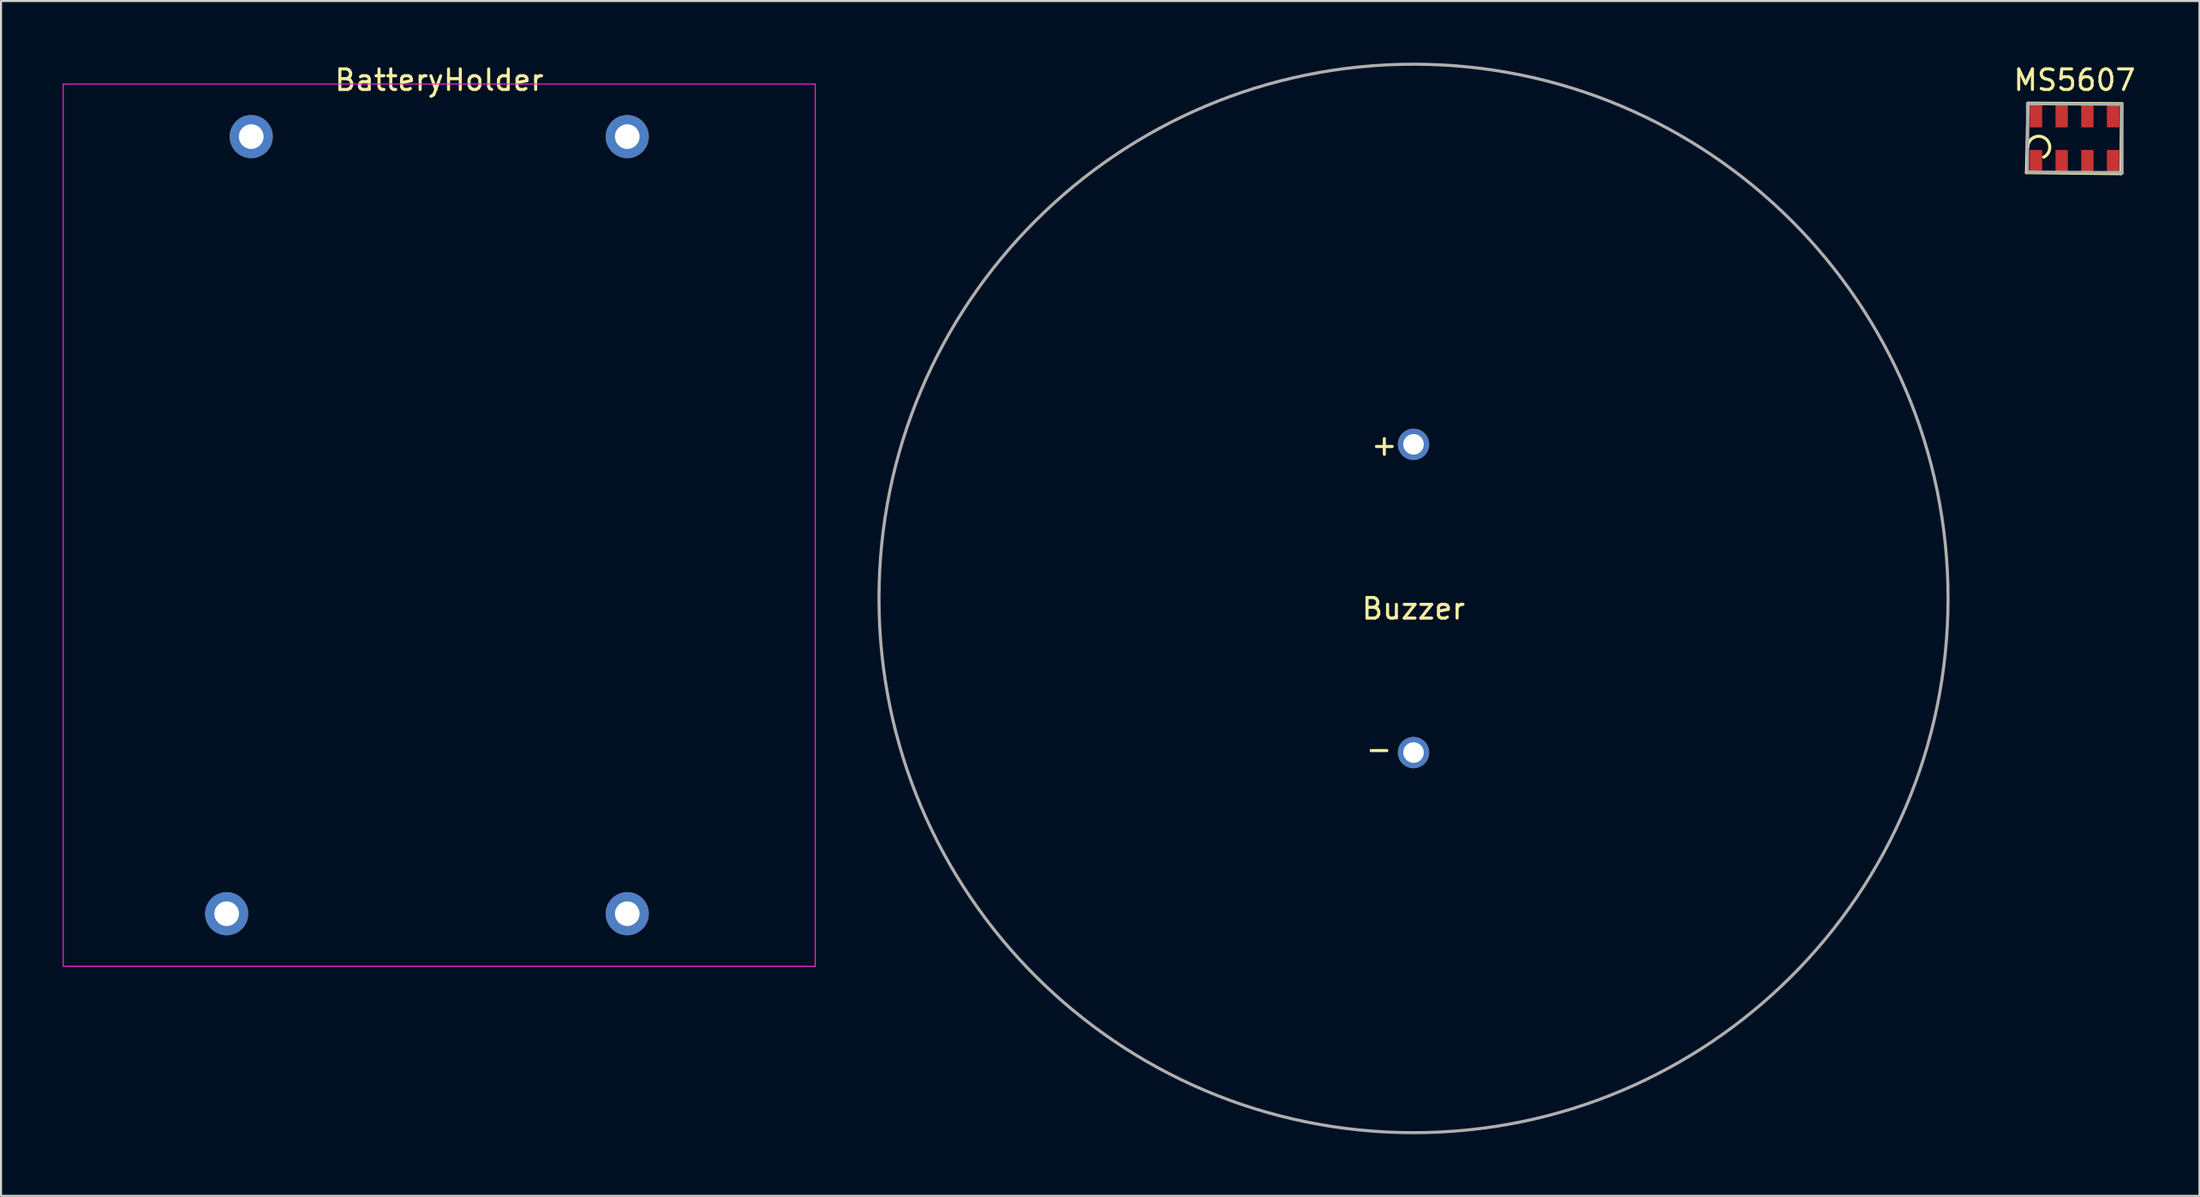
<source format=kicad_pcb>
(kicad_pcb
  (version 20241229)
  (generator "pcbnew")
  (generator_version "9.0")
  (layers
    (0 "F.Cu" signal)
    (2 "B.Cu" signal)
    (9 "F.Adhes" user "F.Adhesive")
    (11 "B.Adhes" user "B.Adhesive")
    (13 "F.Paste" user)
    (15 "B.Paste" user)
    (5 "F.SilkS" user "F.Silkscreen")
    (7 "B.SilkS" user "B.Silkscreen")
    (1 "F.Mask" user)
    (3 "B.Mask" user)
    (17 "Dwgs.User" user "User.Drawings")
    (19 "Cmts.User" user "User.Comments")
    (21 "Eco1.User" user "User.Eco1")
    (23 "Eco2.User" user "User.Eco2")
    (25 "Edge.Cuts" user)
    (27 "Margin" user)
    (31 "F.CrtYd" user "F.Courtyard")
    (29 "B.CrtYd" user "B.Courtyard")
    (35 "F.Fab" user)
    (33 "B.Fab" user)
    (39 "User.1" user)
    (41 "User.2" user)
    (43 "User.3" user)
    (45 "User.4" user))
  (footprint "Buzzer"
    (layer "F.Cu")
    (at 65.705 26.075)
    (property "Reference" "Buzzer" (at 0 0.5 0) (layer "F.SilkS") (effects (font (size 1 1) (thickness 0.15))))
    (attr through_hole)
    (fp_circle (center 0 0) (end 26 0) (stroke (width 0.15) (type solid)) (fill no) (layer "F.Fab"))
    (fp_text user "-" (at -1.68 7.33 0) (layer "F.SilkS") (effects (font (size 1 1) (thickness 0.15))))
    (fp_text user "+" (at -1.42 -7.47 0) (layer "F.SilkS") (effects (font (size 1 1) (thickness 0.15))))
    (pad "1" thru_hole circle (at 0 7.5) (size 1.524 1.524) (drill 1) (layers "*.Cu" "*.Mask"))
    (pad "2" thru_hole circle (at 0 -7.5) (size 1.524 1.524) (drill 1) (layers "*.Cu" "*.Mask")))
  (footprint "MS5607"
    (layer "F.Cu")
    (at 97.857 3.698)
    (property "Reference" "MS5607" (at 0 -2.85 0) (layer "F.SilkS") (effects (font (size 1 1) (thickness 0.15))))
    (attr smd)
    (fp_line (start -2.337 1.651) (end -2.261 -1.727) (stroke (width 0.15) (type solid)) (layer "F.SilkS"))
    (fp_line (start -2.261 -1.727) (end 2.311 -1.702) (stroke (width 0.15) (type solid)) (layer "F.SilkS"))
    (fp_line (start 2.261 1.702) (end -2.337 1.651) (stroke (width 0.15) (type solid)) (layer "F.SilkS"))
    (fp_line (start 2.286 -1.651) (end 2.261 1.702) (stroke (width 0.15) (type solid)) (layer "F.SilkS"))
    (fp_arc (start -2.276655 0.42) (mid -1.457864 -0.036506) (end -1.500001 0.899999) (stroke (width 0.15) (type solid)) (layer "F.SilkS"))
    (fp_line (start -2.286 -1.702) (end 2.261 -1.676) (stroke (width 0.15) (type solid)) (layer "F.Fab"))
    (fp_line (start -2.286 1.626) (end -2.286 -1.702) (stroke (width 0.15) (type solid)) (layer "F.Fab"))
    (fp_line (start 2.134 1.651) (end -2.286 1.626) (stroke (width 0.15) (type solid)) (layer "F.Fab"))
    (fp_line (start 2.311 -1.702) (end 2.311 1.676) (stroke (width 0.15) (type solid)) (layer "F.Fab"))
    (fp_line (start 2.311 1.676) (end 2.108 1.651) (stroke (width 0.15) (type solid)) (layer "F.Fab"))
    (pad "1" smd rect (at -1.875 1.1) (size 0.6 1.1) (layers "F.Cu" "F.Mask" "F.Paste"))
    (pad "2" smd rect (at -0.625 1.1) (size 0.6 1.1) (layers "F.Cu" "F.Mask" "F.Paste"))
    (pad "3" smd rect (at 0.625 1.1) (size 0.6 1.1) (layers "F.Cu" "F.Mask" "F.Paste"))
    (pad "4" smd rect (at 1.875 1.1) (size 0.6 1.1) (layers "F.Cu" "F.Mask" "F.Paste"))
    (pad "5" smd rect (at 1.875 -1.1) (size 0.6 1.1) (layers "F.Cu" "F.Mask" "F.Paste"))
    (pad "6" smd rect (at 0.625 -1.1) (size 0.6 1.1) (layers "F.Cu" "F.Mask" "F.Paste"))
    (pad "7" smd rect (at -0.625 -1.1) (size 0.6 1.1) (layers "F.Cu" "F.Mask" "F.Paste"))
    (pad "8" smd rect (at -1.875 -1.1) (size 0.6 1.1) (layers "F.Cu" "F.Mask" "F.Paste")))
  (footprint "BatteryHolder"
    (layer "F.Cu")
    (at 18.315 22.508)
    (property "Reference" "BatteryHolder" (at 0 -21.66 0) (layer "F.SilkS") (effects (font (size 1 1) (thickness 0.15))))
    (attr smd)
    (fp_line (start -18.29 -21.47) (end -18.29 21.47) (stroke (width 0.05) (type solid)) (layer "F.CrtYd"))
    (fp_line (start -18.29 -21.47) (end 18.29 -21.47) (stroke (width 0.05) (type solid)) (layer "F.CrtYd"))
    (fp_line (start 18.29 -21.47) (end 18.29 21.47) (stroke (width 0.05) (type solid)) (layer "F.CrtYd"))
    (fp_line (start 18.29 21.47) (end -18.29 21.47) (stroke (width 0.05) (type solid)) (layer "F.CrtYd"))
    (pad "1" thru_hole circle (at -9.145 -18.91) (size 2.1 2.1) (drill 1.2) (layers "*.Cu" "*.Mask"))
    (pad "2" thru_hole circle (at 9.145 -18.91) (size 2.1 2.1) (drill 1.2) (layers "*.Cu" "*.Mask"))
    (pad "3" thru_hole circle (at -10.34 18.91) (size 2.1 2.1) (drill 1.2) (layers "*.Cu" "*.Mask"))
    (pad "4" thru_hole circle (at 9.145 18.91) (size 2.1 2.1) (drill 1.2) (layers "*.Cu" "*.Mask")))
  (gr_rect
    (start -3 -3)
    (end 103.935 55.15)
    (stroke (width 0.1) (type default))
    (fill no)
    (layer "Edge.Cuts")))
</source>
